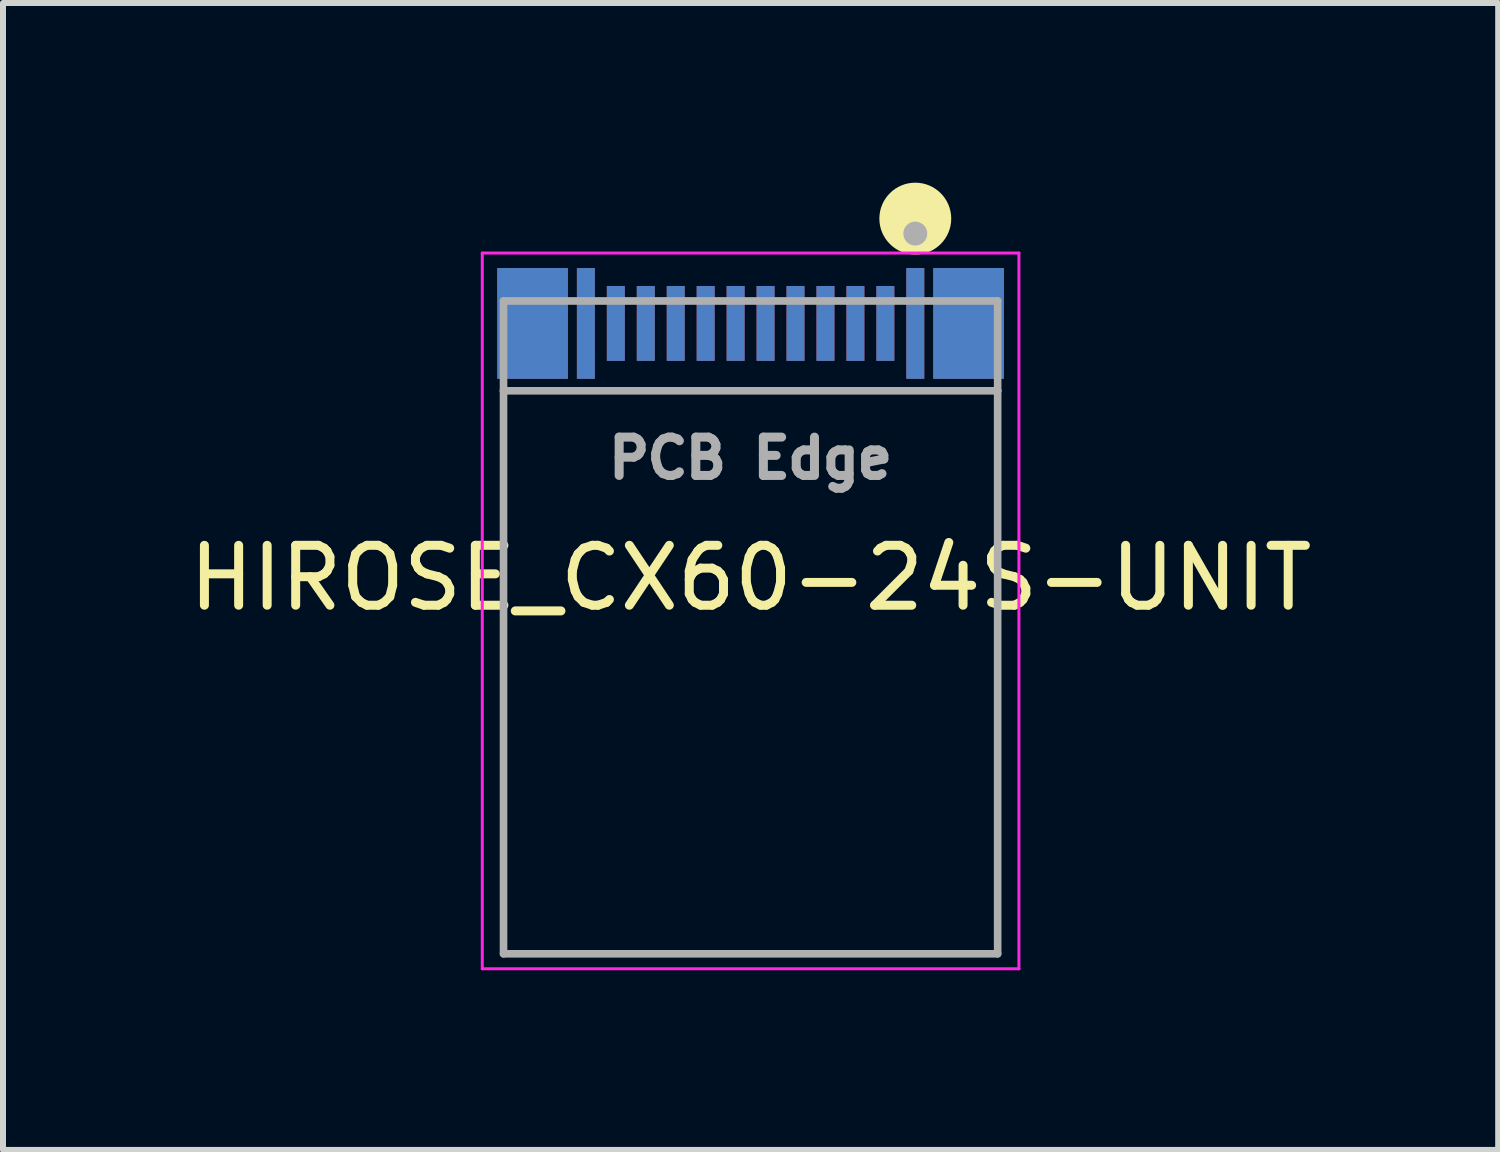
<source format=kicad_pcb>
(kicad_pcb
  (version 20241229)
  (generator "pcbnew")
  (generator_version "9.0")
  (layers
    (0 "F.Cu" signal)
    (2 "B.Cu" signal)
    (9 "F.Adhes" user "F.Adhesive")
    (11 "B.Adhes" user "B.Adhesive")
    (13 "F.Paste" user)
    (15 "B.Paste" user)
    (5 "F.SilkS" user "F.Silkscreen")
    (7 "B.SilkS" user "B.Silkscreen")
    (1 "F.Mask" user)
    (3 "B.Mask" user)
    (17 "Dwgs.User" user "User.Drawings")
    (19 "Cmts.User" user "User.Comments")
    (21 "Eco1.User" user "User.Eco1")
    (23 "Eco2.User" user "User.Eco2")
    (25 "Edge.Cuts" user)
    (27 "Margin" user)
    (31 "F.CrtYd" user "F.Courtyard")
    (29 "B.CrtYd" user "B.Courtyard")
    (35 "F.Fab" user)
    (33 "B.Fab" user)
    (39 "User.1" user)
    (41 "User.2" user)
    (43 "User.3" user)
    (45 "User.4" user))
  (footprint "HIROSE_CX60-24S-UNIT"
    (layer "F.Cu")
    (at 9.482 2.35)
    (property "Reference" "HIROSE_CX60-24S-UNIT" (at 0 4.25 0) (layer "F.SilkS") (effects (font (size 1 1) (thickness 0.15))))
    (attr smd)
    (fp_circle (center 2.75 -1.75) (end 3.25 -1.75) (stroke (width 0.2) (type solid)) (fill yes) (layer "F.SilkS"))
    (fp_line (start -4.48 -1.175) (end 4.48 -1.175) (stroke (width 0.05) (type solid)) (layer "F.CrtYd"))
    (fp_line (start -4.48 10.775) (end -4.48 -1.175) (stroke (width 0.05) (type solid)) (layer "F.CrtYd"))
    (fp_line (start 4.48 -1.175) (end 4.48 10.775) (stroke (width 0.05) (type solid)) (layer "F.CrtYd"))
    (fp_line (start 4.48 10.775) (end -4.48 10.775) (stroke (width 0.05) (type solid)) (layer "F.CrtYd"))
    (fp_line (start -4.125 -0.375) (end 4.125 -0.375) (stroke (width 0.127) (type solid)) (layer "F.Fab"))
    (fp_line (start -4.125 1.125) (end -4.125 -0.375) (stroke (width 0.127) (type solid)) (layer "F.Fab"))
    (fp_line (start -4.125 1.125) (end 4.125 1.125) (stroke (width 0.127) (type solid)) (layer "F.Fab"))
    (fp_line (start -4.125 10.525) (end -4.125 1.125) (stroke (width 0.127) (type solid)) (layer "F.Fab"))
    (fp_line (start 4.125 -0.375) (end 4.125 1.125) (stroke (width 0.127) (type solid)) (layer "F.Fab"))
    (fp_line (start 4.125 1.125) (end 4.125 10.525) (stroke (width 0.127) (type solid)) (layer "F.Fab"))
    (fp_line (start 4.125 10.525) (end -4.125 10.525) (stroke (width 0.127) (type solid)) (layer "F.Fab"))
    (fp_circle (center 2.75 -1.5) (end 2.85 -1.5) (stroke (width 0.2) (type solid)) (fill no) (layer "F.Fab"))
    (fp_text user "PCB Edge" (at 0 2.25 0) (layer "F.Fab") (effects (font (size 0.64 0.64) (thickness 0.15))))
    (pad "A1" smd rect (at 2.75 0) (size 0.3 1.85) (layers "F.Cu" "F.Mask" "F.Paste"))
    (pad "A2" smd rect (at 2.25 0) (size 0.3 1.25) (layers "F.Cu" "F.Mask" "F.Paste"))
    (pad "A3" smd rect (at 1.75 0) (size 0.3 1.25) (layers "F.Cu" "F.Mask" "F.Paste"))
    (pad "A4" smd rect (at 1.25 0) (size 0.3 1.25) (layers "F.Cu" "F.Mask" "F.Paste"))
    (pad "A5" smd rect (at 0.75 0) (size 0.3 1.25) (layers "F.Cu" "F.Mask" "F.Paste"))
    (pad "A6" smd rect (at 0.25 0) (size 0.3 1.25) (layers "F.Cu" "F.Mask" "F.Paste"))
    (pad "A7" smd rect (at -0.25 0) (size 0.3 1.25) (layers "F.Cu" "F.Mask" "F.Paste"))
    (pad "A8" smd rect (at -0.75 0) (size 0.3 1.25) (layers "F.Cu" "F.Mask" "F.Paste"))
    (pad "A9" smd rect (at -1.25 0) (size 0.3 1.25) (layers "F.Cu" "F.Mask" "F.Paste"))
    (pad "A10" smd rect (at -1.75 0) (size 0.3 1.25) (layers "F.Cu" "F.Mask" "F.Paste"))
    (pad "A11" smd rect (at -2.25 0) (size 0.3 1.25) (layers "F.Cu" "F.Mask" "F.Paste"))
    (pad "A12" smd rect (at -2.75 0) (size 0.3 1.85) (layers "F.Cu" "F.Mask" "F.Paste"))
    (pad "B1" smd rect (at -2.75 0) (size 0.3 1.85) (layers "B.Cu" "B.Mask" "B.Paste"))
    (pad "B2" smd rect (at -2.25 0) (size 0.3 1.25) (layers "B.Cu" "B.Mask" "B.Paste"))
    (pad "B3" smd rect (at -1.75 0) (size 0.3 1.25) (layers "B.Cu" "B.Mask" "B.Paste"))
    (pad "B4" smd rect (at -1.25 0) (size 0.3 1.25) (layers "B.Cu" "B.Mask" "B.Paste"))
    (pad "B5" smd rect (at -0.75 0) (size 0.3 1.25) (layers "B.Cu" "B.Mask" "B.Paste"))
    (pad "B6" smd rect (at -0.25 0) (size 0.3 1.25) (layers "B.Cu" "B.Mask" "B.Paste"))
    (pad "B7" smd rect (at 0.25 0) (size 0.3 1.25) (layers "B.Cu" "B.Mask" "B.Paste"))
    (pad "B8" smd rect (at 0.75 0) (size 0.3 1.25) (layers "B.Cu" "B.Mask" "B.Paste"))
    (pad "B9" smd rect (at 1.25 0) (size 0.3 1.25) (layers "B.Cu" "B.Mask" "B.Paste"))
    (pad "B10" smd rect (at 1.75 0) (size 0.3 1.25) (layers "B.Cu" "B.Mask" "B.Paste"))
    (pad "B11" smd rect (at 2.25 0) (size 0.3 1.25) (layers "B.Cu" "B.Mask" "B.Paste"))
    (pad "B12" smd rect (at 2.75 0) (size 0.3 1.85) (layers "B.Cu" "B.Mask" "B.Paste"))
    (pad "S1" smd rect (at 3.64 0) (size 1.18 1.85) (layers "F.Cu" "F.Mask" "F.Paste"))
    (pad "S2" smd rect (at -3.64 0) (size 1.18 1.85) (layers "F.Cu" "F.Mask" "F.Paste"))
    (pad "S3" smd rect (at 3.64 0) (size 1.18 1.85) (layers "B.Cu" "B.Mask" "B.Paste"))
    (pad "S4" smd rect (at -3.64 0) (size 1.18 1.85) (layers "B.Cu" "B.Mask" "B.Paste")))
  (gr_rect
    (start -3 -3)
    (end 21.964 16.15)
    (stroke (width 0.1) (type default))
    (fill no)
    (layer "Edge.Cuts")))
</source>
